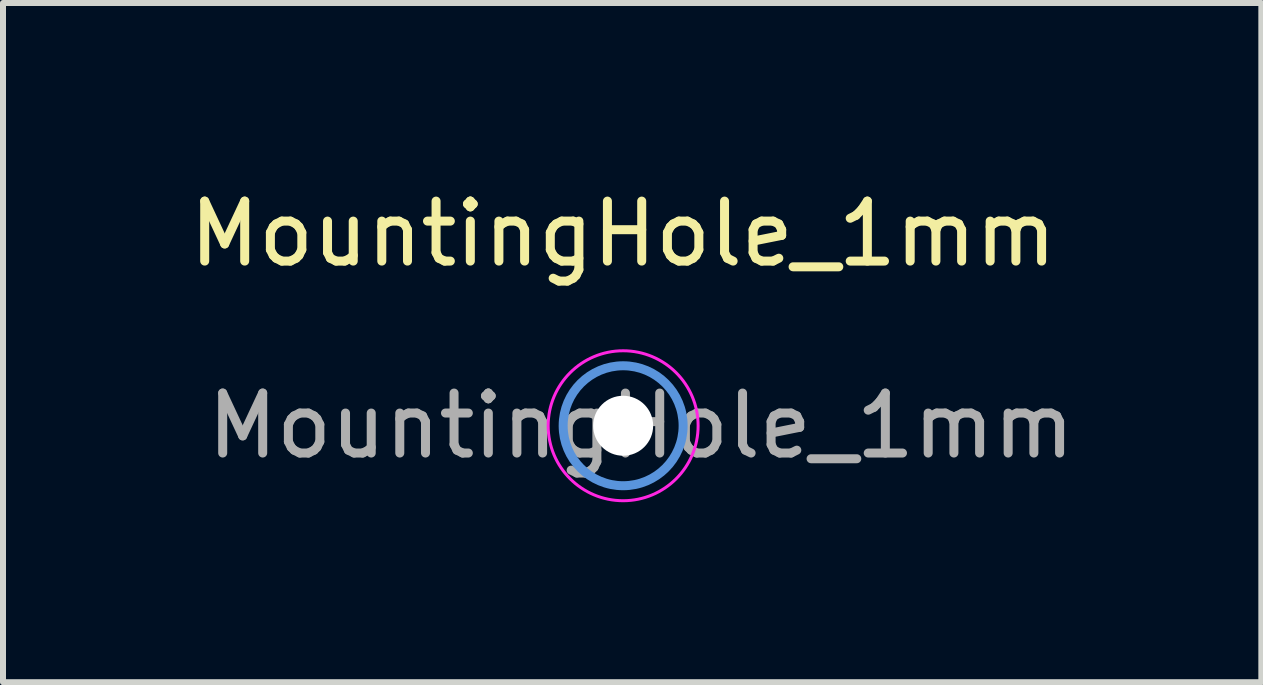
<source format=kicad_pcb>
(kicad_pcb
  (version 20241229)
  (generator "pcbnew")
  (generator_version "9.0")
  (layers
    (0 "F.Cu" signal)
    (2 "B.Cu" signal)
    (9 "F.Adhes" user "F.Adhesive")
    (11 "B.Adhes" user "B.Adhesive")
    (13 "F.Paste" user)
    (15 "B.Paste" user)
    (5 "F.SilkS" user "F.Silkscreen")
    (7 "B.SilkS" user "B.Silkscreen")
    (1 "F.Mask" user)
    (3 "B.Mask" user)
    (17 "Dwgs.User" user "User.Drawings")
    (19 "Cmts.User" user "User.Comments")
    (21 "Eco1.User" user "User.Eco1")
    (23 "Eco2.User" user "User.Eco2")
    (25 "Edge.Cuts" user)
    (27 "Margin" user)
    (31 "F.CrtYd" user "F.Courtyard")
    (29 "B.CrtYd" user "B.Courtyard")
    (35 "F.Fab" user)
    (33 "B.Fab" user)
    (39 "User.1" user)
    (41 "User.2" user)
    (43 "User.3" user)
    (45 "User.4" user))
  (footprint "MountingHole_1mm"
    (layer "F.Cu")
    (at 7.339 4.048)
    (property "Reference" "MountingHole_1mm" (at 0 -3.2 0) (layer "F.SilkS") (effects (font (size 1 1) (thickness 0.15))))
    (attr exclude_from_pos_files exclude_from_bom)
    (fp_circle (center 0 0) (end 1 0) (stroke (width 0.15) (type solid)) (fill no) (layer "Cmts.User"))
    (fp_circle (center 0 0) (end 1.25 0) (stroke (width 0.05) (type solid)) (fill no) (layer "F.CrtYd"))
    (fp_text user "${REFERENCE}" (at 0.3 0 0) (layer "F.Fab") (effects (font (size 1 1) (thickness 0.15))))
    (pad "" np_thru_hole circle (at 0 0) (size 1 1) (drill 1) (layers "*.Cu" "*.Mask")))
  (gr_rect
    (start -3 -3)
    (end 17.979 8.323)
    (stroke (width 0.1) (type default))
    (fill no)
    (layer "Edge.Cuts")))
</source>
